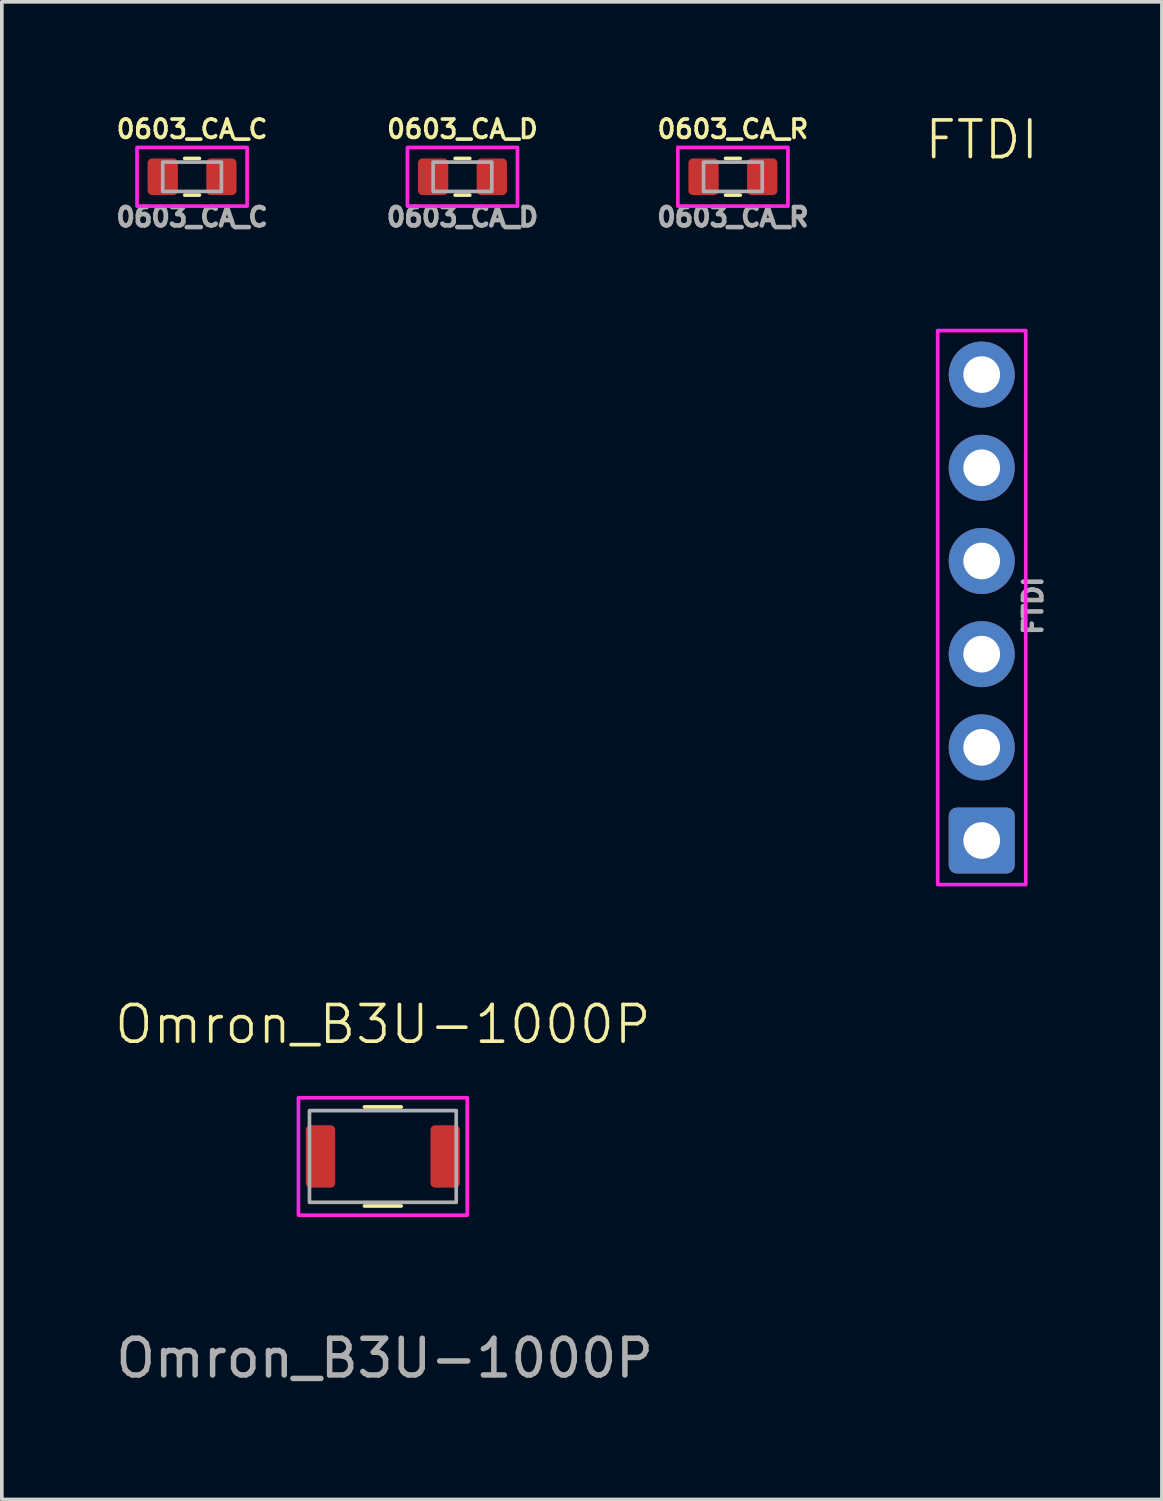
<source format=kicad_pcb>
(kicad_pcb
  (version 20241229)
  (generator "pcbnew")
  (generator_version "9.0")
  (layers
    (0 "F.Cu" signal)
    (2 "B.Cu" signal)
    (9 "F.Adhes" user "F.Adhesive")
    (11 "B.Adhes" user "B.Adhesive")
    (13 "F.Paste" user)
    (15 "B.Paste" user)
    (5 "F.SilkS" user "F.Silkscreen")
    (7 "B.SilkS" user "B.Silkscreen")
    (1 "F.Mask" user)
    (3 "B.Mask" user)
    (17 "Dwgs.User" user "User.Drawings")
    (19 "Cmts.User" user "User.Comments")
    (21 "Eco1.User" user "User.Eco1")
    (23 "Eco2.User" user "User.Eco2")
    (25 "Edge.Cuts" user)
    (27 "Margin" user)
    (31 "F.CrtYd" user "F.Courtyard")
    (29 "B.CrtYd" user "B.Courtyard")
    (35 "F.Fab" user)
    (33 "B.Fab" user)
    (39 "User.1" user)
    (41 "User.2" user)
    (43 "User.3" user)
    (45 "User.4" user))
  (footprint "FTDI"
    (layer "F.Cu")
    (at 23.708 7.16)
    (property "Reference" "FTDI" (at 0 -6.4 0) (unlocked yes) (layer "F.SilkS") (effects (font (size 1 1) (thickness 0.1))))
    (attr smd)
    (fp_rect (start -1.2 -1.2) (end 1.2 13.9) (stroke (width 0.1) (type solid)) (fill no) (layer "F.CrtYd"))
    (fp_text user "${REFERENCE}" (at 1.4 6.3 90) (unlocked yes) (layer "F.Fab") (effects (font (size 0.5 0.5) (thickness 0.125))))
    (pad "1" thru_hole roundrect (at 0 12.7) (size 1.8 1.8) (drill 1) (layers "*.Cu" "*.Mask") (roundrect_rratio 0.125))
    (pad "2" thru_hole circle (at 0 10.16) (size 1.8 1.8) (drill 1) (layers "*.Cu" "*.Mask"))
    (pad "3" thru_hole circle (at 0 7.62) (size 1.8 1.8) (drill 1) (layers "*.Cu" "*.Mask"))
    (pad "4" thru_hole circle (at 0 5.08) (size 1.8 1.8) (drill 1) (layers "*.Cu" "*.Mask"))
    (pad "5" thru_hole circle (at 0 2.54) (size 1.8 1.8) (drill 1) (layers "*.Cu" "*.Mask"))
    (pad "6" thru_hole circle (at 0 0) (size 1.8 1.8) (drill 1) (layers "*.Cu" "*.Mask")))
  (footprint "Omron_B3U-1000P"
    (layer "F.Cu")
    (at 7.385 28.471)
    (property "Reference" "Omron_B3U-1000P" (at 0 -3.6 0) (unlocked yes) (layer "F.SilkS") (effects (font (size 1 1) (thickness 0.1))))
    (attr smd)
    (fp_line (start -0.5 -1.35) (end 0.5 -1.35) (stroke (width 0.1) (type default)) (layer "F.SilkS"))
    (fp_line (start -0.5 1.35) (end 0.5 1.35) (stroke (width 0.1) (type default)) (layer "F.SilkS"))
    (fp_rect (start -2.3 -1.6) (end 2.3 1.6) (stroke (width 0.1) (type solid)) (fill no) (layer "F.CrtYd"))
    (fp_rect (start -2 -1.25) (end 2 1.25) (stroke (width 0.1) (type solid)) (fill no) (layer "F.Fab"))
    (fp_text user "${REFERENCE}" (at 0.05 5.5 0) (unlocked yes) (layer "F.Fab") (effects (font (size 1 1) (thickness 0.15))))
    (pad "1" smd roundrect (at -1.7 0) (size 0.8 1.7) (layers "F.Cu" "F.Mask" "F.Paste") (roundrect_rratio 0.15))
    (pad "2" smd roundrect (at 1.7 0) (size 0.8 1.7) (layers "F.Cu" "F.Mask" "F.Paste") (roundrect_rratio 0.15)))
  (footprint "0603_CA_R"
    (layer "F.Cu")
    (at 16.926 1.768)
    (property "Reference" "0603_CA_R" (at 0 -1.3 0) (unlocked yes) (layer "F.SilkS") (effects (font (size 0.5 0.5) (thickness 0.1))))
    (attr smd)
    (fp_line (start -0.2 -0.5) (end 0.2 -0.5) (stroke (width 0.1) (type default)) (layer "F.SilkS"))
    (fp_line (start -0.2 0.5) (end 0.2 0.5) (stroke (width 0.1) (type default)) (layer "F.SilkS"))
    (fp_rect (start -1.5 -0.8) (end 1.5 0.8) (stroke (width 0.1) (type solid)) (fill no) (layer "F.CrtYd"))
    (fp_rect (start -0.8 -0.4) (end 0.8 0.4) (stroke (width 0.1) (type solid)) (fill no) (layer "F.Fab"))
    (fp_text user "${REFERENCE}" (at 0 1.1 0) (unlocked yes) (layer "F.Fab") (effects (font (size 0.5 0.5) (thickness 0.125))))
    (pad "1" smd roundrect (at -0.8 0) (size 0.825 1) (layers "F.Cu" "F.Mask" "F.Paste") (roundrect_rratio 0.15))
    (pad "2" smd roundrect (at 0.8 0) (size 0.825 1) (layers "F.Cu" "F.Mask" "F.Paste") (roundrect_rratio 0.15)))
  (footprint "0603_CA_C"
    (layer "F.Cu")
    (at 2.185 1.768)
    (property "Reference" "0603_CA_C" (at 0 -1.3 0) (unlocked yes) (layer "F.SilkS") (effects (font (size 0.5 0.5) (thickness 0.1))))
    (attr smd)
    (fp_line (start -0.2 -0.5) (end 0.2 -0.5) (stroke (width 0.1) (type default)) (layer "F.SilkS"))
    (fp_line (start -0.2 0.5) (end 0.2 0.5) (stroke (width 0.1) (type default)) (layer "F.SilkS"))
    (fp_rect (start -1.5 -0.8) (end 1.5 0.8) (stroke (width 0.1) (type solid)) (fill no) (layer "F.CrtYd"))
    (fp_rect (start -0.8 -0.4) (end 0.8 0.4) (stroke (width 0.1) (type solid)) (fill no) (layer "F.Fab"))
    (fp_text user "${REFERENCE}" (at 0 1.1 0) (unlocked yes) (layer "F.Fab") (effects (font (size 0.5 0.5) (thickness 0.125))))
    (pad "1" smd roundrect (at -0.8 0) (size 0.825 1) (layers "F.Cu" "F.Mask" "F.Paste") (roundrect_rratio 0.15))
    (pad "2" smd roundrect (at 0.8 0) (size 0.825 1) (layers "F.Cu" "F.Mask" "F.Paste") (roundrect_rratio 0.15)))
  (footprint "0603_CA_D"
    (layer "F.Cu")
    (at 9.555 1.768)
    (property "Reference" "0603_CA_D" (at 0 -1.3 0) (unlocked yes) (layer "F.SilkS") (effects (font (size 0.5 0.5) (thickness 0.1))))
    (attr smd)
    (fp_line (start -0.2 -0.5) (end 0.2 -0.5) (stroke (width 0.1) (type default)) (layer "F.SilkS"))
    (fp_line (start -0.2 0.5) (end 0.2 0.5) (stroke (width 0.1) (type default)) (layer "F.SilkS"))
    (fp_rect (start -1.5 -0.8) (end 1.5 0.8) (stroke (width 0.1) (type solid)) (fill no) (layer "F.CrtYd"))
    (fp_rect (start -0.8 -0.4) (end 0.8 0.4) (stroke (width 0.1) (type solid)) (fill no) (layer "F.Fab"))
    (fp_text user "${REFERENCE}" (at 0 1.1 0) (unlocked yes) (layer "F.Fab") (effects (font (size 0.5 0.5) (thickness 0.125))))
    (pad "1" smd roundrect (at -0.8 0) (size 0.825 1) (layers "F.Cu" "F.Mask" "F.Paste") (roundrect_rratio 0.15))
    (pad "2" smd roundrect (at 0.8 0) (size 0.825 1) (layers "F.Cu" "F.Mask" "F.Paste") (roundrect_rratio 0.15)))
  (gr_rect
    (start -3 -3)
    (end 28.62 37.819)
    (stroke (width 0.1) (type default))
    (fill no)
    (layer "Edge.Cuts")))
</source>
